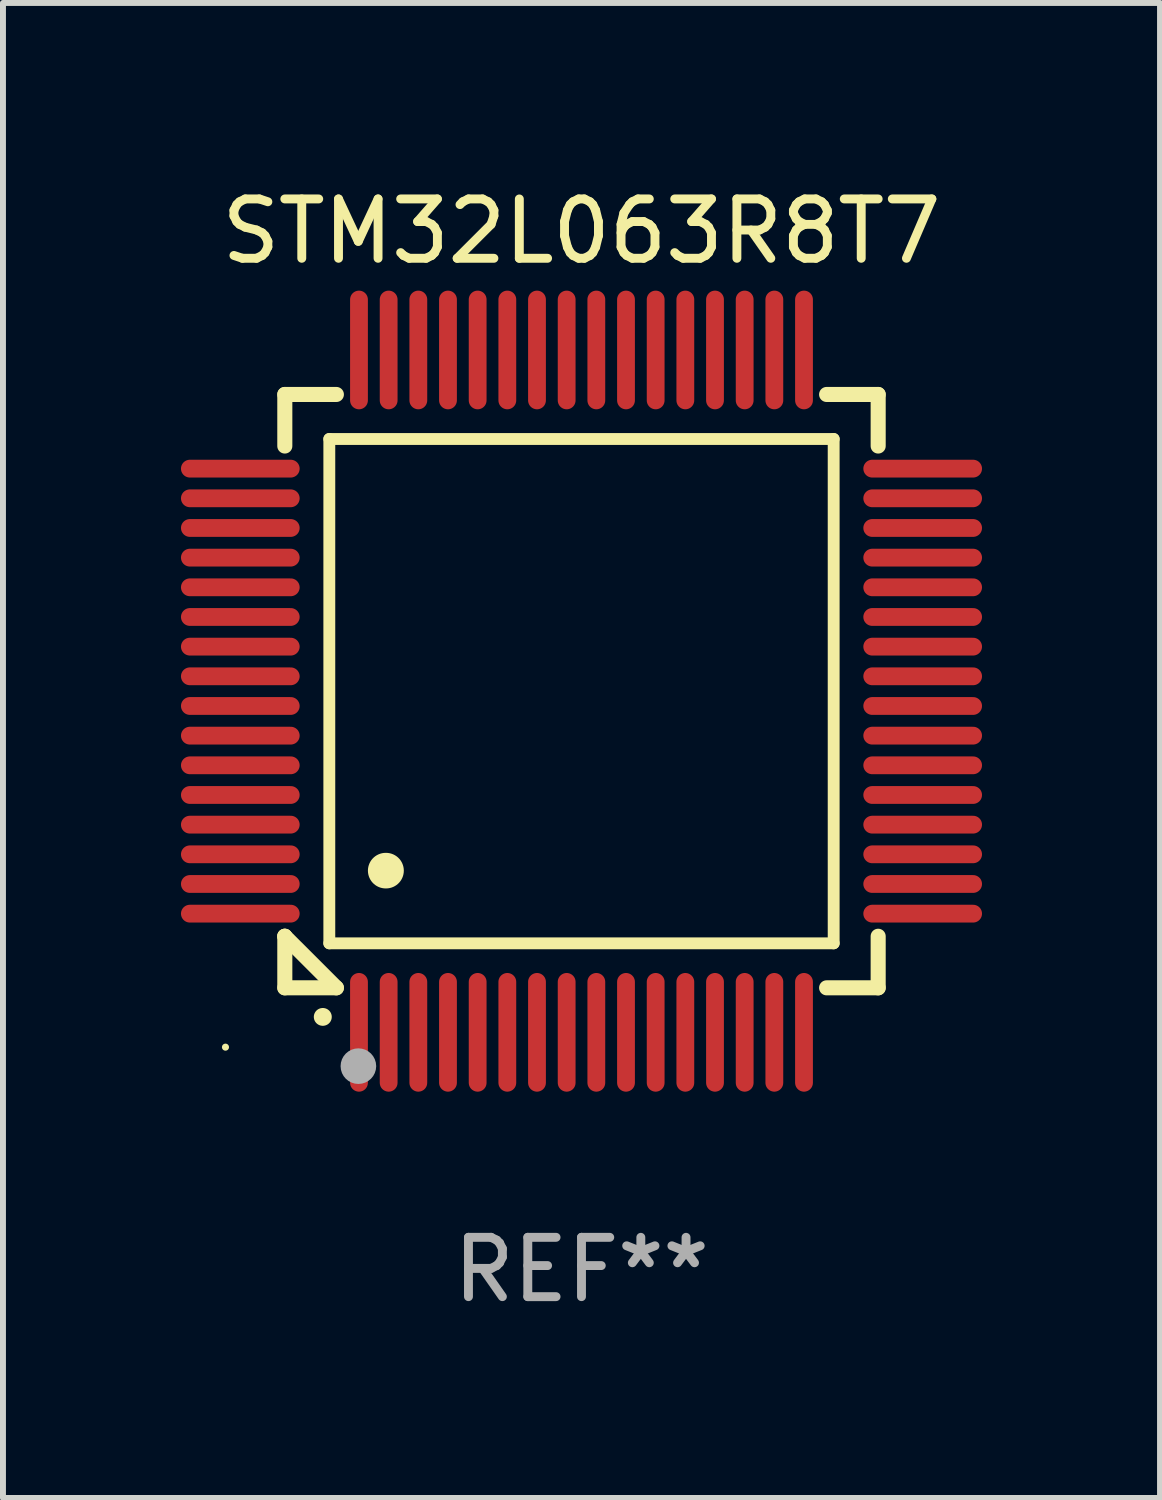
<source format=kicad_pcb>
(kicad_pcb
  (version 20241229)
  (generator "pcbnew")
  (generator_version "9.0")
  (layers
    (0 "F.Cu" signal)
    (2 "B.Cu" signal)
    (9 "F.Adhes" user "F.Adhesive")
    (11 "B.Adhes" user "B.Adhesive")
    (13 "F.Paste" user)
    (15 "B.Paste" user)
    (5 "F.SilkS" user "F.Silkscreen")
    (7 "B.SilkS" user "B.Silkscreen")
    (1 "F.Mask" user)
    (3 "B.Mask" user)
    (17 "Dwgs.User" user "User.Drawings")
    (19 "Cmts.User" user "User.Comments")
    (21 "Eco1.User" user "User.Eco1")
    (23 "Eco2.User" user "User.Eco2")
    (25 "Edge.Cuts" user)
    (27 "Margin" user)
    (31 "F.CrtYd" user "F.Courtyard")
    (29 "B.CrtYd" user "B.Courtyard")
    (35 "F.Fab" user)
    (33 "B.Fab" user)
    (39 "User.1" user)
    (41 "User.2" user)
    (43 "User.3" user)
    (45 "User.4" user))
  (footprint "STM32L063R8T7"
    (layer "F.Cu")
    (at 6.75 8.598)
    (property "Reference" "STM32L063R8T7" (at 0 -7.75 0) (layer "F.SilkS") (effects (font (size 1 1) (thickness 0.15))))
    (attr through_hole)
    (fp_line (start -5 -5) (end -4.131 -5) (stroke (width 0.254) (type solid)) (layer "F.SilkS"))
    (fp_line (start -5 -4.131) (end -5 -5) (stroke (width 0.254) (type solid)) (layer "F.SilkS"))
    (fp_line (start -5 4.131) (end -5 4.131) (stroke (width 0.254) (type solid)) (layer "F.SilkS"))
    (fp_line (start -5 5) (end -5 4.131) (stroke (width 0.254) (type solid)) (layer "F.SilkS"))
    (fp_line (start -5 4.131) (end -4.131 5) (stroke (width 0.254) (type solid)) (layer "F.SilkS"))
    (fp_line (start -4.25 -4.25) (end -4.25 4.25) (stroke (width 0.2) (type solid)) (layer "F.SilkS"))
    (fp_line (start -4.25 4.25) (end 4.25 4.25) (stroke (width 0.2) (type solid)) (layer "F.SilkS"))
    (fp_line (start -4.131 5) (end -5 5) (stroke (width 0.254) (type solid)) (layer "F.SilkS"))
    (fp_line (start 4.25 -4.25) (end -4.25 -4.25) (stroke (width 0.2) (type solid)) (layer "F.SilkS"))
    (fp_line (start 4.25 4.25) (end 4.25 -4.25) (stroke (width 0.2) (type solid)) (layer "F.SilkS"))
    (fp_line (start 5 -5) (end 4.131 -5) (stroke (width 0.254) (type solid)) (layer "F.SilkS"))
    (fp_line (start 5 -5) (end 5 -4.131) (stroke (width 0.254) (type solid)) (layer "F.SilkS"))
    (fp_line (start 5 4.131) (end 5 5) (stroke (width 0.254) (type solid)) (layer "F.SilkS"))
    (fp_line (start 5 5) (end 4.131 5) (stroke (width 0.254) (type solid)) (layer "F.SilkS"))
    (fp_arc (start -4.361265 5.489992) (mid -4.359995 5.489987) (end -4.358725 5.489992) (stroke (width 0.3) (type solid)) (layer "F.SilkS"))
    (fp_arc (start -3.299467 3.025146) (mid -3.296927 3.025135) (end -3.294387 3.025146) (stroke (width 0.6) (type solid)) (layer "F.SilkS"))
    (fp_circle (center -6 6) (end -5.97 6) (stroke (width 0.06) (type solid)) (fill no) (layer "F.SilkS"))
    (fp_circle (center -3.76 6.32) (end -3.61 6.32) (stroke (width 0.3) (type solid)) (fill no) (layer "F.Fab"))
    (fp_text user "REF**" (at 0 9.75 0) (layer "F.Fab") (effects (font (size 1 1) (thickness 0.15))))
    (pad "1" smd oval (at -3.75 5.75) (size 0.3 2) (layers "F.Cu" "F.Mask" "F.Paste"))
    (pad "2" smd oval (at -3.25 5.75) (size 0.3 2) (layers "F.Cu" "F.Mask" "F.Paste"))
    (pad "3" smd oval (at -2.75 5.75) (size 0.3 2) (layers "F.Cu" "F.Mask" "F.Paste"))
    (pad "4" smd oval (at -2.25 5.75) (size 0.3 2) (layers "F.Cu" "F.Mask" "F.Paste"))
    (pad "5" smd oval (at -1.75 5.75) (size 0.3 2) (layers "F.Cu" "F.Mask" "F.Paste"))
    (pad "6" smd oval (at -1.25 5.75) (size 0.3 2) (layers "F.Cu" "F.Mask" "F.Paste"))
    (pad "7" smd oval (at -0.75 5.75) (size 0.3 2) (layers "F.Cu" "F.Mask" "F.Paste"))
    (pad "8" smd oval (at -0.25 5.75) (size 0.3 2) (layers "F.Cu" "F.Mask" "F.Paste"))
    (pad "9" smd oval (at 0.25 5.75) (size 0.3 2) (layers "F.Cu" "F.Mask" "F.Paste"))
    (pad "10" smd oval (at 0.75 5.75) (size 0.3 2) (layers "F.Cu" "F.Mask" "F.Paste"))
    (pad "11" smd oval (at 1.25 5.75) (size 0.3 2) (layers "F.Cu" "F.Mask" "F.Paste"))
    (pad "12" smd oval (at 1.75 5.75) (size 0.3 2) (layers "F.Cu" "F.Mask" "F.Paste"))
    (pad "13" smd oval (at 2.25 5.75) (size 0.3 2) (layers "F.Cu" "F.Mask" "F.Paste"))
    (pad "14" smd oval (at 2.75 5.75) (size 0.3 2) (layers "F.Cu" "F.Mask" "F.Paste"))
    (pad "15" smd oval (at 3.25 5.75) (size 0.3 2) (layers "F.Cu" "F.Mask" "F.Paste"))
    (pad "16" smd oval (at 3.75 5.75) (size 0.3 2) (layers "F.Cu" "F.Mask" "F.Paste"))
    (pad "17" smd oval (at 5.75 3.75) (size 2 0.3) (layers "F.Cu" "F.Mask" "F.Paste"))
    (pad "18" smd oval (at 5.75 3.25) (size 2 0.3) (layers "F.Cu" "F.Mask" "F.Paste"))
    (pad "19" smd oval (at 5.75 2.75) (size 2 0.3) (layers "F.Cu" "F.Mask" "F.Paste"))
    (pad "20" smd oval (at 5.75 2.25) (size 2 0.3) (layers "F.Cu" "F.Mask" "F.Paste"))
    (pad "21" smd oval (at 5.75 1.75) (size 2 0.3) (layers "F.Cu" "F.Mask" "F.Paste"))
    (pad "22" smd oval (at 5.75 1.25) (size 2 0.3) (layers "F.Cu" "F.Mask" "F.Paste"))
    (pad "23" smd oval (at 5.75 0.75) (size 2 0.3) (layers "F.Cu" "F.Mask" "F.Paste"))
    (pad "24" smd oval (at 5.75 0.25) (size 2 0.3) (layers "F.Cu" "F.Mask" "F.Paste"))
    (pad "25" smd oval (at 5.75 -0.25) (size 2 0.3) (layers "F.Cu" "F.Mask" "F.Paste"))
    (pad "26" smd oval (at 5.75 -0.75) (size 2 0.3) (layers "F.Cu" "F.Mask" "F.Paste"))
    (pad "27" smd oval (at 5.75 -1.25) (size 2 0.3) (layers "F.Cu" "F.Mask" "F.Paste"))
    (pad "28" smd oval (at 5.75 -1.75) (size 2 0.3) (layers "F.Cu" "F.Mask" "F.Paste"))
    (pad "29" smd oval (at 5.75 -2.25) (size 2 0.3) (layers "F.Cu" "F.Mask" "F.Paste"))
    (pad "30" smd oval (at 5.75 -2.75) (size 2 0.3) (layers "F.Cu" "F.Mask" "F.Paste"))
    (pad "31" smd oval (at 5.75 -3.25) (size 2 0.3) (layers "F.Cu" "F.Mask" "F.Paste"))
    (pad "32" smd oval (at 5.75 -3.75) (size 2 0.3) (layers "F.Cu" "F.Mask" "F.Paste"))
    (pad "33" smd oval (at 3.75 -5.75) (size 0.3 2) (layers "F.Cu" "F.Mask" "F.Paste"))
    (pad "34" smd oval (at 3.25 -5.75) (size 0.3 2) (layers "F.Cu" "F.Mask" "F.Paste"))
    (pad "35" smd oval (at 2.75 -5.75) (size 0.3 2) (layers "F.Cu" "F.Mask" "F.Paste"))
    (pad "36" smd oval (at 2.25 -5.75) (size 0.3 2) (layers "F.Cu" "F.Mask" "F.Paste"))
    (pad "37" smd oval (at 1.75 -5.75) (size 0.3 2) (layers "F.Cu" "F.Mask" "F.Paste"))
    (pad "38" smd oval (at 1.25 -5.75) (size 0.3 2) (layers "F.Cu" "F.Mask" "F.Paste"))
    (pad "39" smd oval (at 0.75 -5.75) (size 0.3 2) (layers "F.Cu" "F.Mask" "F.Paste"))
    (pad "40" smd oval (at 0.25 -5.75) (size 0.3 2) (layers "F.Cu" "F.Mask" "F.Paste"))
    (pad "41" smd oval (at -0.25 -5.75) (size 0.3 2) (layers "F.Cu" "F.Mask" "F.Paste"))
    (pad "42" smd oval (at -0.75 -5.75) (size 0.3 2) (layers "F.Cu" "F.Mask" "F.Paste"))
    (pad "43" smd oval (at -1.25 -5.75) (size 0.3 2) (layers "F.Cu" "F.Mask" "F.Paste"))
    (pad "44" smd oval (at -1.75 -5.75) (size 0.3 2) (layers "F.Cu" "F.Mask" "F.Paste"))
    (pad "45" smd oval (at -2.25 -5.75) (size 0.3 2) (layers "F.Cu" "F.Mask" "F.Paste"))
    (pad "46" smd oval (at -2.75 -5.75) (size 0.3 2) (layers "F.Cu" "F.Mask" "F.Paste"))
    (pad "47" smd oval (at -3.25 -5.75) (size 0.3 2) (layers "F.Cu" "F.Mask" "F.Paste"))
    (pad "48" smd oval (at -3.75 -5.75) (size 0.3 2) (layers "F.Cu" "F.Mask" "F.Paste"))
    (pad "49" smd oval (at -5.75 -3.75) (size 2 0.3) (layers "F.Cu" "F.Mask" "F.Paste"))
    (pad "50" smd oval (at -5.75 -3.25) (size 2 0.3) (layers "F.Cu" "F.Mask" "F.Paste"))
    (pad "51" smd oval (at -5.75 -2.75) (size 2 0.3) (layers "F.Cu" "F.Mask" "F.Paste"))
    (pad "52" smd oval (at -5.75 -2.25) (size 2 0.3) (layers "F.Cu" "F.Mask" "F.Paste"))
    (pad "53" smd oval (at -5.75 -1.75) (size 2 0.3) (layers "F.Cu" "F.Mask" "F.Paste"))
    (pad "54" smd oval (at -5.75 -1.25) (size 2 0.3) (layers "F.Cu" "F.Mask" "F.Paste"))
    (pad "55" smd oval (at -5.75 -0.75) (size 2 0.3) (layers "F.Cu" "F.Mask" "F.Paste"))
    (pad "56" smd oval (at -5.75 -0.25) (size 2 0.3) (layers "F.Cu" "F.Mask" "F.Paste"))
    (pad "57" smd oval (at -5.75 0.25) (size 2 0.3) (layers "F.Cu" "F.Mask" "F.Paste"))
    (pad "58" smd oval (at -5.75 0.75) (size 2 0.3) (layers "F.Cu" "F.Mask" "F.Paste"))
    (pad "59" smd oval (at -5.75 1.25) (size 2 0.3) (layers "F.Cu" "F.Mask" "F.Paste"))
    (pad "60" smd oval (at -5.75 1.75) (size 2 0.3) (layers "F.Cu" "F.Mask" "F.Paste"))
    (pad "61" smd oval (at -5.75 2.25) (size 2 0.3) (layers "F.Cu" "F.Mask" "F.Paste"))
    (pad "62" smd oval (at -5.75 2.75) (size 2 0.3) (layers "F.Cu" "F.Mask" "F.Paste"))
    (pad "63" smd oval (at -5.75 3.25) (size 2 0.3) (layers "F.Cu" "F.Mask" "F.Paste"))
    (pad "64" smd oval (at -5.75 3.75) (size 2 0.3) (layers "F.Cu" "F.Mask" "F.Paste")))
  (gr_rect
    (start -3 -3)
    (end 16.5 22.196)
    (stroke (width 0.1) (type default))
    (fill no)
    (layer "Edge.Cuts")))
</source>
